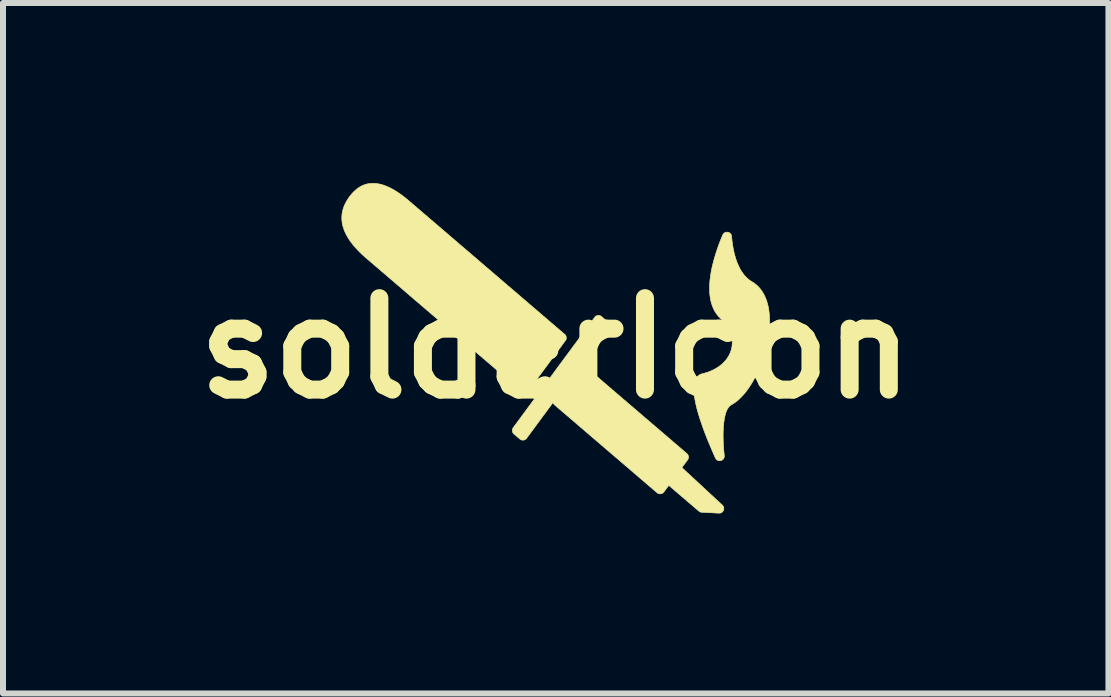
<source format=kicad_pcb>
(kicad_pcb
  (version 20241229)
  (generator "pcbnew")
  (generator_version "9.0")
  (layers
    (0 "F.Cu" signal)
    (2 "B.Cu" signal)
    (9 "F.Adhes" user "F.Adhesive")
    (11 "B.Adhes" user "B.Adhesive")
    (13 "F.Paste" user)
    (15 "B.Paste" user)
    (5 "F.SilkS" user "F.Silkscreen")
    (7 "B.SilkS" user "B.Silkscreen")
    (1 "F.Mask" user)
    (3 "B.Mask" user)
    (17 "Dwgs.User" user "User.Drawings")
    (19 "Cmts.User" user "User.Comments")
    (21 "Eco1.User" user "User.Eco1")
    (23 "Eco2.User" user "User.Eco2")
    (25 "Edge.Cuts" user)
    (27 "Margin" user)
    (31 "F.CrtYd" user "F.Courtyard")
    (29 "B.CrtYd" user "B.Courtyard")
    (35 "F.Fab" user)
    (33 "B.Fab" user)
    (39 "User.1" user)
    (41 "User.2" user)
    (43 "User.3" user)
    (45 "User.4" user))
  (footprint "solderIcon"
    (layer "F.Cu")
    (at 6.212 2.754)
    (property "Reference" "solderIcon" (at 0 0 0) (layer "F.SilkS") (effects (font (size 1.524 1.524) (thickness 0.3))))
    (attr through_hole)
    (fp_poly (pts (xy 2.858 -1.935) (xy 2.865 -1.935) (xy 2.871 -1.933) (xy 2.877 -1.932) (xy 2.884 -1.93) (xy 2.89 -1.927) (xy 2.89 -1.927) (xy 2.896 -1.924) (xy 2.901 -1.92) (xy 2.906 -1.916) (xy 2.911 -1.912) (xy 2.915 -1.907) (xy 2.919 -1.902) (xy 2.922 -1.896) (xy 2.925 -1.891) (xy 2.927 -1.885) (xy 2.929 -1.879) (xy 2.93 -1.877) (xy 2.93 -1.875) (xy 2.93 -1.874) (xy 2.93 -1.873) (xy 2.931 -1.871) (xy 2.931 -1.87) (xy 2.931 -1.868) (xy 2.931 -1.866) (xy 2.931 -1.864) (xy 2.932 -1.862) (xy 2.932 -1.859) (xy 2.932 -1.855) (xy 2.932 -1.854) (xy 2.935 -1.826) (xy 2.938 -1.798) (xy 2.941 -1.771) (xy 2.945 -1.744) (xy 2.949 -1.718) (xy 2.953 -1.692) (xy 2.958 -1.667) (xy 2.963 -1.642) (xy 2.968 -1.618) (xy 2.973 -1.593) (xy 2.979 -1.57) (xy 2.985 -1.547) (xy 2.99 -1.53) (xy 2.996 -1.509) (xy 3.002 -1.489) (xy 3.009 -1.468) (xy 3.016 -1.449) (xy 3.023 -1.429) (xy 3.031 -1.411) (xy 3.039 -1.392) (xy 3.047 -1.374) (xy 3.055 -1.357) (xy 3.064 -1.34) (xy 3.072 -1.323) (xy 3.081 -1.307) (xy 3.085 -1.3) (xy 3.095 -1.285) (xy 3.105 -1.27) (xy 3.115 -1.255) (xy 3.126 -1.24) (xy 3.136 -1.227) (xy 3.147 -1.213) (xy 3.158 -1.201) (xy 3.17 -1.188) (xy 3.182 -1.177) (xy 3.194 -1.165) (xy 3.206 -1.155) (xy 3.218 -1.144) (xy 3.231 -1.134) (xy 3.237 -1.13) (xy 3.241 -1.128) (xy 3.244 -1.125) (xy 3.248 -1.123) (xy 3.252 -1.12) (xy 3.255 -1.118) (xy 3.26 -1.115) (xy 3.264 -1.113) (xy 3.269 -1.11) (xy 3.272 -1.108) (xy 3.276 -1.105) (xy 3.28 -1.103) (xy 3.283 -1.101) (xy 3.287 -1.099) (xy 3.29 -1.097) (xy 3.293 -1.095) (xy 3.296 -1.093) (xy 3.299 -1.091) (xy 3.299 -1.091) (xy 3.313 -1.081) (xy 3.326 -1.071) (xy 3.339 -1.061) (xy 3.352 -1.05) (xy 3.364 -1.038) (xy 3.376 -1.027) (xy 3.387 -1.014) (xy 3.399 -1.002) (xy 3.404 -0.995) (xy 3.415 -0.982) (xy 3.425 -0.968) (xy 3.435 -0.954) (xy 3.445 -0.939) (xy 3.454 -0.924) (xy 3.463 -0.909) (xy 3.472 -0.893) (xy 3.48 -0.877) (xy 3.488 -0.86) (xy 3.495 -0.843) (xy 3.502 -0.825) (xy 3.507 -0.814) (xy 3.513 -0.796) (xy 3.52 -0.777) (xy 3.525 -0.757) (xy 3.531 -0.737) (xy 3.536 -0.717) (xy 3.541 -0.697) (xy 3.545 -0.676) (xy 3.549 -0.654) (xy 3.552 -0.633) (xy 3.555 -0.611) (xy 3.558 -0.588) (xy 3.56 -0.566) (xy 3.562 -0.543) (xy 3.563 -0.519) (xy 3.564 -0.496) (xy 3.565 -0.472) (xy 3.565 -0.447) (xy 3.565 -0.423) (xy 3.564 -0.398) (xy 3.563 -0.372) (xy 3.562 -0.354) (xy 3.561 -0.326) (xy 3.558 -0.297) (xy 3.555 -0.269) (xy 3.552 -0.24) (xy 3.548 -0.21) (xy 3.543 -0.181) (xy 3.539 -0.152) (xy 3.533 -0.122) (xy 3.527 -0.093) (xy 3.521 -0.063) (xy 3.515 -0.033) (xy 3.507 -0.003) (xy 3.5 0.026) (xy 3.492 0.056) (xy 3.483 0.086) (xy 3.474 0.115) (xy 3.465 0.145) (xy 3.455 0.174) (xy 3.445 0.203) (xy 3.435 0.233) (xy 3.424 0.261) (xy 3.413 0.29) (xy 3.401 0.319) (xy 3.389 0.347) (xy 3.376 0.375) (xy 3.364 0.403) (xy 3.351 0.431) (xy 3.343 0.446) (xy 3.332 0.469) (xy 3.32 0.491) (xy 3.308 0.512) (xy 3.296 0.534) (xy 3.284 0.555) (xy 3.272 0.575) (xy 3.26 0.596) (xy 3.247 0.615) (xy 3.235 0.635) (xy 3.222 0.654) (xy 3.209 0.672) (xy 3.196 0.69) (xy 3.183 0.708) (xy 3.17 0.725) (xy 3.157 0.741) (xy 3.143 0.758) (xy 3.13 0.773) (xy 3.116 0.788) (xy 3.103 0.803) (xy 3.089 0.817) (xy 3.075 0.831) (xy 3.062 0.844) (xy 3.048 0.857) (xy 3.034 0.869) (xy 3.02 0.88) (xy 3.006 0.891) (xy 3.001 0.895) (xy 2.991 0.903) (xy 2.98 0.91) (xy 2.97 0.917) (xy 2.96 0.924) (xy 2.949 0.93) (xy 2.94 0.936) (xy 2.934 0.939) (xy 2.931 0.941) (xy 2.928 0.942) (xy 2.927 0.943) (xy 2.925 0.944) (xy 2.923 0.945) (xy 2.922 0.946) (xy 2.921 0.947) (xy 2.92 0.947) (xy 2.919 0.948) (xy 2.912 0.953) (xy 2.906 0.958) (xy 2.899 0.964) (xy 2.893 0.97) (xy 2.887 0.977) (xy 2.881 0.984) (xy 2.875 0.992) (xy 2.87 1.001) (xy 2.864 1.01) (xy 2.859 1.019) (xy 2.854 1.029) (xy 2.849 1.04) (xy 2.849 1.041) (xy 2.844 1.053) (xy 2.839 1.064) (xy 2.835 1.077) (xy 2.831 1.09) (xy 2.827 1.103) (xy 2.823 1.117) (xy 2.82 1.132) (xy 2.816 1.147) (xy 2.813 1.162) (xy 2.81 1.178) (xy 2.808 1.195) (xy 2.805 1.212) (xy 2.803 1.23) (xy 2.8 1.248) (xy 2.799 1.266) (xy 2.797 1.285) (xy 2.795 1.305) (xy 2.794 1.324) (xy 2.793 1.345) (xy 2.792 1.366) (xy 2.792 1.368) (xy 2.792 1.374) (xy 2.791 1.38) (xy 2.791 1.386) (xy 2.791 1.391) (xy 2.791 1.397) (xy 2.791 1.402) (xy 2.791 1.408) (xy 2.791 1.414) (xy 2.79 1.42) (xy 2.79 1.426) (xy 2.79 1.432) (xy 2.79 1.439) (xy 2.79 1.446) (xy 2.79 1.454) (xy 2.79 1.462) (xy 2.79 1.464) (xy 2.79 1.47) (xy 2.79 1.476) (xy 2.79 1.481) (xy 2.791 1.485) (xy 2.791 1.489) (xy 2.791 1.493) (xy 2.791 1.497) (xy 2.791 1.5) (xy 2.791 1.504) (xy 2.791 1.507) (xy 2.791 1.51) (xy 2.791 1.513) (xy 2.791 1.517) (xy 2.791 1.52) (xy 2.791 1.524) (xy 2.791 1.528) (xy 2.791 1.532) (xy 2.791 1.533) (xy 2.792 1.553) (xy 2.793 1.574) (xy 2.794 1.595) (xy 2.795 1.616) (xy 2.796 1.637) (xy 2.798 1.658) (xy 2.799 1.68) (xy 2.801 1.701) (xy 2.803 1.722) (xy 2.805 1.743) (xy 2.807 1.764) (xy 2.809 1.784) (xy 2.809 1.786) (xy 2.809 1.791) (xy 2.81 1.796) (xy 2.81 1.801) (xy 2.809 1.805) (xy 2.809 1.809) (xy 2.809 1.812) (xy 2.807 1.818) (xy 2.805 1.824) (xy 2.803 1.83) (xy 2.8 1.836) (xy 2.797 1.841) (xy 2.793 1.846) (xy 2.789 1.851) (xy 2.788 1.852) (xy 2.783 1.856) (xy 2.778 1.86) (xy 2.773 1.864) (xy 2.767 1.867) (xy 2.761 1.869) (xy 2.754 1.872) (xy 2.748 1.873) (xy 2.741 1.874) (xy 2.741 1.874) (xy 2.739 1.875) (xy 2.737 1.875) (xy 2.735 1.875) (xy 2.732 1.875) (xy 2.73 1.875) (xy 2.728 1.875) (xy 2.727 1.875) (xy 2.72 1.874) (xy 2.714 1.873) (xy 2.708 1.871) (xy 2.702 1.869) (xy 2.696 1.867) (xy 2.69 1.863) (xy 2.685 1.86) (xy 2.68 1.856) (xy 2.678 1.854) (xy 2.674 1.85) (xy 2.671 1.845) (xy 2.668 1.84) (xy 2.665 1.835) (xy 2.664 1.834) (xy 2.663 1.833) (xy 2.663 1.831) (xy 2.662 1.829) (xy 2.66 1.826) (xy 2.659 1.823) (xy 2.657 1.82) (xy 2.655 1.816) (xy 2.653 1.811) (xy 2.651 1.806) (xy 2.649 1.801) (xy 2.646 1.795) (xy 2.644 1.789) (xy 2.641 1.782) (xy 2.637 1.775) (xy 2.636 1.772) (xy 2.621 1.738) (xy 2.606 1.704) (xy 2.592 1.67) (xy 2.578 1.637) (xy 2.564 1.604) (xy 2.55 1.572) (xy 2.537 1.54) (xy 2.524 1.508) (xy 2.512 1.477) (xy 2.5 1.446) (xy 2.488 1.416) (xy 2.477 1.386) (xy 2.466 1.356) (xy 2.455 1.327) (xy 2.445 1.298) (xy 2.435 1.269) (xy 2.425 1.241) (xy 2.416 1.214) (xy 2.407 1.186) (xy 2.398 1.16) (xy 2.39 1.133) (xy 2.387 1.125) (xy 2.38 1.101) (xy 2.373 1.077) (xy 2.367 1.054) (xy 2.36 1.031) (xy 2.354 1.008) (xy 2.349 0.986) (xy 2.343 0.964) (xy 2.338 0.942) (xy 2.333 0.921) (xy 2.329 0.9) (xy 2.325 0.88) (xy 2.321 0.86) (xy 2.318 0.841) (xy 2.315 0.822) (xy 2.312 0.804) (xy 2.31 0.785) (xy 2.308 0.768) (xy 2.306 0.751) (xy 2.305 0.739) (xy 2.305 0.731) (xy 2.304 0.723) (xy 2.304 0.715) (xy 2.303 0.708) (xy 2.303 0.7) (xy 2.303 0.693) (xy 2.303 0.685) (xy 2.303 0.677) (xy 2.303 0.672) (xy 2.303 0.668) (xy 2.303 0.664) (xy 2.303 0.66) (xy 2.303 0.657) (xy 2.303 0.655) (xy 2.303 0.652) (xy 2.303 0.649) (xy 2.304 0.647) (xy 2.304 0.644) (xy 2.304 0.641) (xy 2.304 0.638) (xy 2.304 0.637) (xy 2.305 0.623) (xy 2.307 0.61) (xy 2.309 0.597) (xy 2.311 0.585) (xy 2.313 0.573) (xy 2.316 0.561) (xy 2.319 0.55) (xy 2.323 0.54) (xy 2.327 0.529) (xy 2.331 0.52) (xy 2.335 0.51) (xy 2.34 0.501) (xy 2.345 0.493) (xy 2.351 0.485) (xy 2.357 0.477) (xy 2.357 0.477) (xy 2.359 0.475) (xy 2.36 0.473) (xy 2.362 0.471) (xy 2.365 0.469) (xy 2.367 0.467) (xy 2.369 0.465) (xy 2.371 0.462) (xy 2.373 0.461) (xy 2.375 0.459) (xy 2.376 0.458) (xy 2.384 0.452) (xy 2.391 0.447) (xy 2.399 0.442) (xy 2.407 0.438) (xy 2.415 0.434) (xy 2.424 0.43) (xy 2.425 0.43) (xy 2.429 0.429) (xy 2.433 0.428) (xy 2.437 0.426) (xy 2.441 0.425) (xy 2.445 0.424) (xy 2.445 0.424) (xy 2.455 0.422) (xy 2.464 0.42) (xy 2.472 0.417) (xy 2.481 0.415) (xy 2.489 0.413) (xy 2.497 0.41) (xy 2.505 0.408) (xy 2.512 0.406) (xy 2.531 0.4) (xy 2.55 0.393) (xy 2.568 0.386) (xy 2.587 0.378) (xy 2.604 0.37) (xy 2.622 0.362) (xy 2.639 0.353) (xy 2.656 0.344) (xy 2.673 0.335) (xy 2.674 0.334) (xy 2.69 0.324) (xy 2.705 0.314) (xy 2.721 0.304) (xy 2.735 0.293) (xy 2.75 0.282) (xy 2.764 0.27) (xy 2.777 0.259) (xy 2.79 0.246) (xy 2.8 0.236) (xy 2.812 0.224) (xy 2.824 0.211) (xy 2.835 0.198) (xy 2.845 0.185) (xy 2.855 0.171) (xy 2.864 0.158) (xy 2.873 0.144) (xy 2.882 0.129) (xy 2.89 0.115) (xy 2.897 0.101) (xy 2.904 0.086) (xy 2.907 0.079) (xy 2.913 0.064) (xy 2.918 0.049) (xy 2.923 0.034) (xy 2.927 0.019) (xy 2.931 0.004) (xy 2.934 -0.012) (xy 2.937 -0.027) (xy 2.939 -0.043) (xy 2.94 -0.058) (xy 2.94 -0.06) (xy 2.941 -0.074) (xy 2.942 -0.088) (xy 2.941 -0.102) (xy 2.941 -0.117) (xy 2.94 -0.131) (xy 2.94 -0.134) (xy 2.938 -0.15) (xy 2.936 -0.166) (xy 2.933 -0.182) (xy 2.929 -0.197) (xy 2.925 -0.213) (xy 2.921 -0.229) (xy 2.916 -0.245) (xy 2.91 -0.26) (xy 2.904 -0.276) (xy 2.897 -0.291) (xy 2.89 -0.307) (xy 2.882 -0.322) (xy 2.874 -0.337) (xy 2.869 -0.345) (xy 2.86 -0.36) (xy 2.851 -0.374) (xy 2.841 -0.389) (xy 2.831 -0.403) (xy 2.82 -0.417) (xy 2.808 -0.432) (xy 2.796 -0.446) (xy 2.783 -0.459) (xy 2.783 -0.46) (xy 2.781 -0.462) (xy 2.778 -0.465) (xy 2.775 -0.468) (xy 2.772 -0.471) (xy 2.769 -0.474) (xy 2.766 -0.477) (xy 2.763 -0.481) (xy 2.759 -0.484) (xy 2.756 -0.487) (xy 2.753 -0.49) (xy 2.75 -0.493) (xy 2.748 -0.495) (xy 2.742 -0.501) (xy 2.737 -0.506) (xy 2.732 -0.511) (xy 2.727 -0.516) (xy 2.724 -0.52) (xy 2.712 -0.532) (xy 2.701 -0.545) (xy 2.691 -0.558) (xy 2.68 -0.572) (xy 2.671 -0.586) (xy 2.661 -0.6) (xy 2.652 -0.615) (xy 2.644 -0.63) (xy 2.636 -0.646) (xy 2.628 -0.662) (xy 2.621 -0.678) (xy 2.614 -0.695) (xy 2.609 -0.71) (xy 2.603 -0.727) (xy 2.597 -0.745) (xy 2.592 -0.763) (xy 2.587 -0.782) (xy 2.583 -0.8) (xy 2.579 -0.82) (xy 2.576 -0.839) (xy 2.573 -0.859) (xy 2.57 -0.879) (xy 2.568 -0.9) (xy 2.566 -0.921) (xy 2.565 -0.942) (xy 2.565 -0.943) (xy 2.565 -0.947) (xy 2.565 -0.951) (xy 2.564 -0.954) (xy 2.564 -0.957) (xy 2.564 -0.96) (xy 2.564 -0.963) (xy 2.564 -0.966) (xy 2.564 -0.969) (xy 2.564 -0.972) (xy 2.564 -0.975) (xy 2.564 -0.979) (xy 2.564 -0.983) (xy 2.564 -0.987) (xy 2.564 -0.992) (xy 2.564 -0.997) (xy 2.564 -0.999) (xy 2.564 -1.005) (xy 2.564 -1.009) (xy 2.564 -1.014) (xy 2.564 -1.018) (xy 2.564 -1.021) (xy 2.564 -1.025) (xy 2.564 -1.028) (xy 2.564 -1.031) (xy 2.564 -1.034) (xy 2.564 -1.037) (xy 2.564 -1.04) (xy 2.564 -1.044) (xy 2.565 -1.047) (xy 2.565 -1.051) (xy 2.565 -1.054) (xy 2.565 -1.056) (xy 2.566 -1.08) (xy 2.568 -1.104) (xy 2.57 -1.129) (xy 2.573 -1.154) (xy 2.576 -1.179) (xy 2.579 -1.204) (xy 2.583 -1.23) (xy 2.588 -1.257) (xy 2.592 -1.283) (xy 2.598 -1.31) (xy 2.603 -1.337) (xy 2.609 -1.364) (xy 2.616 -1.392) (xy 2.623 -1.42) (xy 2.63 -1.448) (xy 2.638 -1.477) (xy 2.646 -1.506) (xy 2.655 -1.535) (xy 2.664 -1.565) (xy 2.673 -1.594) (xy 2.683 -1.624) (xy 2.693 -1.655) (xy 2.704 -1.685) (xy 2.715 -1.716) (xy 2.726 -1.747) (xy 2.738 -1.778) (xy 2.749 -1.805) (xy 2.75 -1.809) (xy 2.752 -1.813) (xy 2.754 -1.818) (xy 2.756 -1.822) (xy 2.758 -1.827) (xy 2.76 -1.832) (xy 2.762 -1.837) (xy 2.764 -1.842) (xy 2.766 -1.847) (xy 2.768 -1.851) (xy 2.77 -1.856) (xy 2.772 -1.861) (xy 2.773 -1.865) (xy 2.775 -1.87) (xy 2.777 -1.874) (xy 2.778 -1.877) (xy 2.78 -1.881) (xy 2.781 -1.884) (xy 2.782 -1.886) (xy 2.783 -1.889) (xy 2.784 -1.89) (xy 2.784 -1.891) (xy 2.787 -1.897) (xy 2.791 -1.902) (xy 2.794 -1.907) (xy 2.799 -1.912) (xy 2.803 -1.916) (xy 2.808 -1.92) (xy 2.81 -1.922) (xy 2.816 -1.925) (xy 2.821 -1.928) (xy 2.827 -1.931) (xy 2.833 -1.933) (xy 2.839 -1.934) (xy 2.846 -1.935) (xy 2.852 -1.935) (xy 2.858 -1.935)) (stroke (width 0.01) (type solid)) (fill yes) (layer "F.SilkS"))
    (fp_poly (pts (xy -3.035 -2.749) (xy -3.025 -2.748) (xy -3.016 -2.748) (xy -3.014 -2.748) (xy -2.998 -2.746) (xy -2.982 -2.745) (xy -2.965 -2.742) (xy -2.949 -2.739) (xy -2.932 -2.736) (xy -2.915 -2.732) (xy -2.898 -2.727) (xy -2.881 -2.722) (xy -2.864 -2.716) (xy -2.846 -2.71) (xy -2.829 -2.703) (xy -2.811 -2.696) (xy -2.793 -2.688) (xy -2.775 -2.68) (xy -2.757 -2.671) (xy -2.738 -2.661) (xy -2.722 -2.653) (xy -2.704 -2.643) (xy -2.686 -2.632) (xy -2.668 -2.621) (xy -2.649 -2.609) (xy -2.631 -2.597) (xy -2.612 -2.584) (xy -2.593 -2.571) (xy -2.574 -2.558) (xy -2.555 -2.543) (xy -2.535 -2.529) (xy -2.516 -2.514) (xy -2.496 -2.498) (xy -2.481 -2.485) (xy -2.474 -2.48) (xy -2.467 -2.474) (xy -2.461 -2.469) (xy -2.455 -2.463) (xy -2.449 -2.458) (xy -2.444 -2.454) (xy -2.438 -2.449) (xy -2.438 -2.449) (xy -2.436 -2.447) (xy -2.435 -2.446) (xy -2.433 -2.445) (xy -2.432 -2.444) (xy -2.432 -2.443) (xy -2.431 -2.443) (xy -2.431 -2.443) (xy -2.431 -2.443) (xy -2.43 -2.442) (xy -2.429 -2.441) (xy -2.428 -2.44) (xy -2.426 -2.438) (xy -2.423 -2.436) (xy -2.421 -2.434) (xy -2.418 -2.432) (xy -2.414 -2.429) (xy -2.41 -2.425) (xy -2.406 -2.422) (xy -2.401 -2.418) (xy -2.396 -2.413) (xy -2.391 -2.409) (xy -2.385 -2.404) (xy -2.379 -2.399) (xy -2.373 -2.393) (xy -2.366 -2.387) (xy -2.359 -2.381) (xy -2.351 -2.375) (xy -2.343 -2.368) (xy -2.335 -2.361) (xy -2.327 -2.354) (xy -2.318 -2.346) (xy -2.309 -2.338) (xy -2.299 -2.33) (xy -2.289 -2.322) (xy -2.279 -2.313) (xy -2.269 -2.304) (xy -2.258 -2.295) (xy -2.247 -2.286) (xy -2.236 -2.276) (xy -2.224 -2.266) (xy -2.213 -2.256) (xy -2.2 -2.245) (xy -2.188 -2.235) (xy -2.175 -2.224) (xy -2.162 -2.213) (xy -2.149 -2.202) (xy -2.136 -2.19) (xy -2.122 -2.178) (xy -2.108 -2.167) (xy -2.094 -2.154) (xy -2.08 -2.142) (xy -2.065 -2.13) (xy -2.05 -2.117) (xy -2.035 -2.104) (xy -2.02 -2.091) (xy -2.004 -2.078) (xy -1.989 -2.064) (xy -1.973 -2.051) (xy -1.957 -2.037) (xy -1.94 -2.023) (xy -1.924 -2.009) (xy -1.907 -1.994) (xy -1.89 -1.98) (xy -1.873 -1.965) (xy -1.856 -1.951) (xy -1.839 -1.936) (xy -1.821 -1.921) (xy -1.804 -1.906) (xy -1.786 -1.89) (xy -1.768 -1.875) (xy -1.75 -1.859) (xy -1.731 -1.844) (xy -1.713 -1.828) (xy -1.694 -1.812) (xy -1.676 -1.796) (xy -1.657 -1.78) (xy -1.638 -1.764) (xy -1.619 -1.747) (xy -1.6 -1.731) (xy -1.581 -1.714) (xy -1.561 -1.698) (xy -1.542 -1.681) (xy -1.522 -1.665) (xy -1.503 -1.648) (xy -1.483 -1.631) (xy -1.463 -1.614) (xy -1.443 -1.597) (xy -1.423 -1.58) (xy -1.403 -1.563) (xy -1.383 -1.546) (xy -1.363 -1.528) (xy -1.343 -1.511) (xy -1.323 -1.494) (xy -1.303 -1.477) (xy -1.283 -1.459) (xy -1.262 -1.442) (xy -1.242 -1.424) (xy -1.222 -1.407) (xy -1.201 -1.39) (xy -1.181 -1.372) (xy -1.161 -1.355) (xy -1.14 -1.337) (xy -1.12 -1.32) (xy -1.099 -1.302) (xy -1.079 -1.285) (xy -1.059 -1.267) (xy -1.038 -1.25) (xy -1.018 -1.233) (xy -0.998 -1.215) (xy -0.977 -1.198) (xy -0.957 -1.18) (xy -0.937 -1.163) (xy -0.917 -1.146) (xy -0.897 -1.129) (xy -0.877 -1.112) (xy -0.857 -1.094) (xy -0.837 -1.077) (xy -0.817 -1.06) (xy -0.797 -1.043) (xy -0.778 -1.027) (xy -0.758 -1.01) (xy -0.738 -0.993) (xy -0.719 -0.976) (xy -0.7 -0.96) (xy -0.68 -0.943) (xy -0.661 -0.927) (xy -0.642 -0.911) (xy -0.623 -0.894) (xy -0.604 -0.878) (xy -0.586 -0.862) (xy -0.567 -0.846) (xy -0.549 -0.83) (xy -0.531 -0.815) (xy -0.512 -0.799) (xy -0.494 -0.784) (xy -0.476 -0.769) (xy -0.459 -0.753) (xy -0.441 -0.738) (xy -0.424 -0.723) (xy -0.407 -0.709) (xy -0.39 -0.694) (xy -0.373 -0.68) (xy -0.356 -0.665) (xy -0.339 -0.651) (xy -0.323 -0.637) (xy -0.307 -0.623) (xy -0.291 -0.61) (xy -0.275 -0.596) (xy -0.26 -0.583) (xy -0.245 -0.57) (xy -0.229 -0.557) (xy -0.215 -0.544) (xy -0.2 -0.531) (xy -0.185 -0.519) (xy -0.171 -0.507) (xy -0.157 -0.495) (xy -0.144 -0.483) (xy -0.13 -0.472) (xy -0.117 -0.46) (xy -0.104 -0.449) (xy -0.091 -0.438) (xy -0.079 -0.428) (xy -0.067 -0.417) (xy -0.055 -0.407) (xy -0.043 -0.397) (xy -0.032 -0.388) (xy -0.021 -0.378) (xy -0.01 -0.369) (xy 0.000195 -0.36) (xy 0.01 -0.351) (xy 0.02 -0.343) (xy 0.03 -0.335) (xy 0.039 -0.327) (xy 0.048 -0.319) (xy 0.056 -0.312) (xy 0.065 -0.305) (xy 0.072 -0.298) (xy 0.08 -0.292) (xy 0.087 -0.285) (xy 0.094 -0.28) (xy 0.101 -0.274) (xy 0.107 -0.269) (xy 0.113 -0.264) (xy 0.118 -0.259) (xy 0.123 -0.255) (xy 0.128 -0.251) (xy 0.132 -0.247) (xy 0.136 -0.244) (xy 0.139 -0.241) (xy 0.143 -0.238) (xy 0.145 -0.235) (xy 0.148 -0.233) (xy 0.15 -0.232) (xy 0.151 -0.23) (xy 0.152 -0.229) (xy 0.153 -0.229) (xy 0.153 -0.229) (xy 0.153 -0.229) (xy 0.158 -0.224) (xy 0.162 -0.219) (xy 0.166 -0.213) (xy 0.169 -0.207) (xy 0.171 -0.201) (xy 0.173 -0.195) (xy 0.175 -0.19) (xy 0.176 -0.184) (xy 0.176 -0.177) (xy 0.177 -0.171) (xy 0.176 -0.165) (xy 0.175 -0.158) (xy 0.174 -0.152) (xy 0.172 -0.146) (xy 0.169 -0.14) (xy 0.166 -0.134) (xy 0.163 -0.129) (xy 0.162 -0.129) (xy 0.162 -0.128) (xy 0.162 -0.127) (xy 0.161 -0.126) (xy 0.159 -0.124) (xy 0.158 -0.122) (xy 0.156 -0.12) (xy 0.154 -0.117) (xy 0.151 -0.114) (xy 0.149 -0.11) (xy 0.146 -0.106) (xy 0.142 -0.101) (xy 0.139 -0.097) (xy 0.135 -0.092) (xy 0.131 -0.086) (xy 0.127 -0.08) (xy 0.122 -0.074) (xy 0.117 -0.068) (xy 0.113 -0.061) (xy 0.107 -0.054) (xy 0.102 -0.047) (xy 0.096 -0.039) (xy 0.091 -0.031) (xy 0.085 -0.023) (xy 0.078 -0.015) (xy 0.072 -0.006) (xy 0.065 0.003) (xy 0.059 0.012) (xy 0.052 0.021) (xy 0.045 0.031) (xy 0.038 0.041) (xy 0.03 0.05) (xy 0.023 0.061) (xy 0.015 0.071) (xy 0.008 0.081) (xy -0.00028 0.092) (xy -0.008 0.103) (xy -0.016 0.114) (xy -0.024 0.125) (xy -0.033 0.136) (xy -0.041 0.147) (xy -0.049 0.158) (xy -0.058 0.17) (xy -0.066 0.181) (xy -0.075 0.193) (xy -0.084 0.205) (xy -0.092 0.216) (xy -0.101 0.228) (xy -0.11 0.24) (xy -0.118 0.252) (xy -0.127 0.264) (xy -0.136 0.276) (xy -0.145 0.288) (xy -0.154 0.3) (xy -0.163 0.312) (xy -0.171 0.324) (xy -0.18 0.336) (xy -0.189 0.347) (xy -0.198 0.359) (xy -0.206 0.371) (xy -0.215 0.383) (xy -0.224 0.394) (xy -0.232 0.406) (xy -0.241 0.417) (xy -0.249 0.429) (xy -0.257 0.44) (xy -0.266 0.451) (xy -0.274 0.462) (xy -0.282 0.473) (xy -0.29 0.484) (xy -0.298 0.495) (xy -0.306 0.505) (xy -0.313 0.516) (xy -0.321 0.526) (xy -0.328 0.536) (xy -0.335 0.546) (xy -0.342 0.555) (xy -0.349 0.565) (xy -0.356 0.574) (xy -0.363 0.583) (xy -0.369 0.592) (xy -0.375 0.6) (xy -0.382 0.608) (xy -0.387 0.616) (xy -0.393 0.624) (xy -0.399 0.631) (xy -0.404 0.639) (xy -0.409 0.645) (xy -0.414 0.652) (xy -0.418 0.658) (xy -0.423 0.664) (xy -0.427 0.67) (xy -0.431 0.675) (xy -0.435 0.68) (xy -0.438 0.685) (xy -0.441 0.689) (xy -0.444 0.693) (xy -0.446 0.696) (xy -0.449 0.699) (xy -0.451 0.702) (xy -0.452 0.704) (xy -0.454 0.706) (xy -0.455 0.707) (xy -0.456 0.708) (xy -0.456 0.709) (xy -0.456 0.709) (xy -0.457 0.71) (xy -0.459 0.712) (xy -0.46 0.714) (xy -0.462 0.715) (xy -0.464 0.717) (xy -0.465 0.719) (xy -0.467 0.72) (xy -0.467 0.72) (xy -0.472 0.724) (xy -0.478 0.727) (xy -0.484 0.73) (xy -0.49 0.733) (xy -0.496 0.735) (xy -0.503 0.736) (xy -0.507 0.737) (xy -0.509 0.737) (xy -0.511 0.737) (xy -0.513 0.737) (xy -0.516 0.737) (xy -0.519 0.737) (xy -0.521 0.737) (xy -0.523 0.737) (xy -0.525 0.737) (xy -0.525 0.737) (xy -0.532 0.736) (xy -0.538 0.734) (xy -0.545 0.732) (xy -0.551 0.729) (xy -0.556 0.726) (xy -0.562 0.722) (xy -0.562 0.722) (xy -0.562 0.722) (xy -0.563 0.721) (xy -0.564 0.72) (xy -0.566 0.719) (xy -0.568 0.717) (xy -0.57 0.715) (xy -0.573 0.713) (xy -0.576 0.71) (xy -0.579 0.707) (xy -0.583 0.704) (xy -0.588 0.7) (xy -0.592 0.696) (xy -0.597 0.692) (xy -0.603 0.687) (xy -0.609 0.682) (xy -0.615 0.677) (xy -0.621 0.671) (xy -0.628 0.666) (xy -0.635 0.659) (xy -0.643 0.653) (xy -0.651 0.646) (xy -0.659 0.639) (xy -0.668 0.632) (xy -0.676 0.624) (xy -0.686 0.616) (xy -0.695 0.608) (xy -0.705 0.6) (xy -0.715 0.591) (xy -0.725 0.582) (xy -0.736 0.573) (xy -0.747 0.564) (xy -0.758 0.554) (xy -0.77 0.544) (xy -0.782 0.534) (xy -0.794 0.523) (xy -0.806 0.513) (xy -0.819 0.502) (xy -0.832 0.491) (xy -0.845 0.48) (xy -0.859 0.468) (xy -0.872 0.456) (xy -0.886 0.444) (xy -0.901 0.432) (xy -0.915 0.42) (xy -0.93 0.407) (xy -0.944 0.395) (xy -0.96 0.382) (xy -0.975 0.369) (xy -0.99 0.355) (xy -1.006 0.342) (xy -1.022 0.328) (xy -1.038 0.314) (xy -1.054 0.3) (xy -1.071 0.286) (xy -1.088 0.272) (xy -1.104 0.258) (xy -1.121 0.243) (xy -1.139 0.228) (xy -1.156 0.213) (xy -1.174 0.198) (xy -1.191 0.183) (xy -1.209 0.168) (xy -1.227 0.152) (xy -1.245 0.137) (xy -1.264 0.121) (xy -1.282 0.106) (xy -1.3 0.09) (xy -1.319 0.074) (xy -1.338 0.058) (xy -1.357 0.041) (xy -1.376 0.025) (xy -1.395 0.009) (xy -1.414 -0.008) (xy -1.434 -0.024) (xy -1.453 -0.041) (xy -1.472 -0.058) (xy -1.492 -0.074) (xy -1.512 -0.091) (xy -1.531 -0.108) (xy -1.551 -0.125) (xy -1.571 -0.142) (xy -1.591 -0.159) (xy -1.611 -0.177) (xy -1.631 -0.194) (xy -1.651 -0.211) (xy -1.671 -0.228) (xy -1.692 -0.245) (xy -1.712 -0.263) (xy -1.732 -0.28) (xy -1.752 -0.298) (xy -1.773 -0.315) (xy -1.793 -0.332) (xy -1.813 -0.35) (xy -1.834 -0.367) (xy -1.854 -0.385) (xy -1.874 -0.402) (xy -1.895 -0.42) (xy -1.915 -0.437) (xy -1.935 -0.454) (xy -1.956 -0.472) (xy -1.976 -0.489) (xy -1.996 -0.506) (xy -2.017 -0.524) (xy -2.037 -0.541) (xy -2.057 -0.558) (xy -2.077 -0.576) (xy -2.097 -0.593) (xy -2.117 -0.61) (xy -2.137 -0.627) (xy -2.157 -0.644) (xy -2.177 -0.661) (xy -2.196 -0.678) (xy -2.216 -0.695) (xy -2.235 -0.711) (xy -2.255 -0.728) (xy -2.274 -0.745) (xy -2.294 -0.761) (xy -2.313 -0.778) (xy -2.332 -0.794) (xy -2.351 -0.81) (xy -2.37 -0.826) (xy -2.388 -0.842) (xy -2.407 -0.858) (xy -2.426 -0.874) (xy -2.444 -0.89) (xy -2.462 -0.906) (xy -2.48 -0.921) (xy -2.498 -0.936) (xy -2.516 -0.952) (xy -2.534 -0.967) (xy -2.551 -0.982) (xy -2.568 -0.997) (xy -2.585 -1.011) (xy -2.602 -1.026) (xy -2.619 -1.04) (xy -2.636 -1.054) (xy -2.652 -1.068) (xy -2.668 -1.082) (xy -2.685 -1.096) (xy -2.7 -1.11) (xy -2.716 -1.123) (xy -2.731 -1.136) (xy -2.747 -1.149) (xy -2.762 -1.162) (xy -2.776 -1.175) (xy -2.791 -1.187) (xy -2.805 -1.2) (xy -2.819 -1.212) (xy -2.833 -1.224) (xy -2.847 -1.235) (xy -2.86 -1.247) (xy -2.873 -1.258) (xy -2.886 -1.269) (xy -2.899 -1.28) (xy -2.911 -1.29) (xy -2.923 -1.3) (xy -2.935 -1.311) (xy -2.946 -1.32) (xy -2.957 -1.33) (xy -2.968 -1.339) (xy -2.979 -1.348) (xy -2.989 -1.357) (xy -2.999 -1.366) (xy -3.009 -1.374) (xy -3.018 -1.382) (xy -3.027 -1.39) (xy -3.036 -1.397) (xy -3.044 -1.405) (xy -3.053 -1.412) (xy -3.06 -1.418) (xy -3.068 -1.425) (xy -3.075 -1.431) (xy -3.081 -1.436) (xy -3.088 -1.442) (xy -3.094 -1.447) (xy -3.099 -1.452) (xy -3.105 -1.456) (xy -3.11 -1.461) (xy -3.114 -1.464) (xy -3.118 -1.468) (xy -3.122 -1.471) (xy -3.126 -1.474) (xy -3.128 -1.477) (xy -3.131 -1.479) (xy -3.133 -1.481) (xy -3.135 -1.482) (xy -3.136 -1.483) (xy -3.137 -1.484) (xy -3.138 -1.485) (xy -3.138 -1.485) (xy -3.138 -1.485) (xy -3.139 -1.486) (xy -3.14 -1.487) (xy -3.141 -1.488) (xy -3.142 -1.489) (xy -3.144 -1.49) (xy -3.145 -1.491) (xy -3.148 -1.494) (xy -3.152 -1.497) (xy -3.157 -1.501) (xy -3.161 -1.505) (xy -3.166 -1.509) (xy -3.171 -1.513) (xy -3.176 -1.518) (xy -3.181 -1.522) (xy -3.187 -1.527) (xy -3.191 -1.531) (xy -3.211 -1.549) (xy -3.231 -1.567) (xy -3.25 -1.585) (xy -3.268 -1.603) (xy -3.286 -1.621) (xy -3.303 -1.639) (xy -3.32 -1.657) (xy -3.336 -1.675) (xy -3.352 -1.693) (xy -3.367 -1.71) (xy -3.381 -1.728) (xy -3.395 -1.746) (xy -3.409 -1.763) (xy -3.422 -1.781) (xy -3.434 -1.799) (xy -3.446 -1.816) (xy -3.457 -1.834) (xy -3.466 -1.849) (xy -3.476 -1.866) (xy -3.486 -1.884) (xy -3.495 -1.901) (xy -3.504 -1.919) (xy -3.512 -1.936) (xy -3.519 -1.953) (xy -3.526 -1.971) (xy -3.532 -1.988) (xy -3.538 -2.005) (xy -3.543 -2.022) (xy -3.548 -2.039) (xy -3.552 -2.056) (xy -3.556 -2.073) (xy -3.559 -2.09) (xy -3.561 -2.107) (xy -3.563 -2.123) (xy -3.563 -2.128) (xy -3.564 -2.133) (xy -3.564 -2.138) (xy -3.564 -2.143) (xy -3.565 -2.147) (xy -3.565 -2.152) (xy -3.565 -2.157) (xy -3.565 -2.162) (xy -3.565 -2.167) (xy -3.565 -2.172) (xy -3.565 -2.178) (xy -3.565 -2.183) (xy -3.565 -2.188) (xy -3.565 -2.193) (xy -3.565 -2.198) (xy -3.564 -2.202) (xy -3.564 -2.207) (xy -3.564 -2.211) (xy -3.563 -2.216) (xy -3.563 -2.221) (xy -3.561 -2.238) (xy -3.559 -2.255) (xy -3.555 -2.271) (xy -3.552 -2.288) (xy -3.548 -2.305) (xy -3.543 -2.321) (xy -3.538 -2.338) (xy -3.532 -2.354) (xy -3.526 -2.371) (xy -3.519 -2.387) (xy -3.511 -2.403) (xy -3.503 -2.42) (xy -3.494 -2.436) (xy -3.485 -2.453) (xy -3.475 -2.469) (xy -3.465 -2.485) (xy -3.454 -2.501) (xy -3.443 -2.518) (xy -3.435 -2.529) (xy -3.423 -2.544) (xy -3.411 -2.558) (xy -3.4 -2.572) (xy -3.388 -2.585) (xy -3.376 -2.598) (xy -3.364 -2.61) (xy -3.352 -2.622) (xy -3.339 -2.633) (xy -3.327 -2.644) (xy -3.314 -2.654) (xy -3.301 -2.664) (xy -3.288 -2.673) (xy -3.275 -2.682) (xy -3.268 -2.686) (xy -3.254 -2.694) (xy -3.241 -2.702) (xy -3.227 -2.709) (xy -3.213 -2.715) (xy -3.199 -2.721) (xy -3.184 -2.726) (xy -3.17 -2.731) (xy -3.155 -2.735) (xy -3.14 -2.739) (xy -3.125 -2.742) (xy -3.11 -2.744) (xy -3.095 -2.746) (xy -3.084 -2.747) (xy -3.075 -2.748) (xy -3.065 -2.748) (xy -3.055 -2.749) (xy -3.045 -2.749) (xy -3.035 -2.749)) (stroke (width 0.01) (type solid)) (fill yes) (layer "F.SilkS"))
    (fp_poly (pts (xy 0.715 -0.547) (xy 0.718 -0.547) (xy 0.72 -0.547) (xy 0.721 -0.547) (xy 0.728 -0.546) (xy 0.735 -0.544) (xy 0.741 -0.542) (xy 0.747 -0.539) (xy 0.753 -0.536) (xy 0.758 -0.532) (xy 0.758 -0.532) (xy 0.759 -0.532) (xy 0.76 -0.531) (xy 0.761 -0.53) (xy 0.763 -0.528) (xy 0.765 -0.527) (xy 0.767 -0.525) (xy 0.77 -0.523) (xy 0.772 -0.52) (xy 0.776 -0.517) (xy 0.779 -0.515) (xy 0.782 -0.512) (xy 0.786 -0.509) (xy 0.79 -0.505) (xy 0.794 -0.502) (xy 0.798 -0.498) (xy 0.802 -0.495) (xy 0.806 -0.491) (xy 0.81 -0.488) (xy 0.815 -0.484) (xy 0.819 -0.48) (xy 0.823 -0.477) (xy 0.827 -0.473) (xy 0.831 -0.47) (xy 0.835 -0.466) (xy 0.839 -0.463) (xy 0.842 -0.46) (xy 0.846 -0.457) (xy 0.849 -0.454) (xy 0.852 -0.452) (xy 0.855 -0.449) (xy 0.858 -0.447) (xy 0.86 -0.445) (xy 0.862 -0.443) (xy 0.863 -0.442) (xy 0.865 -0.441) (xy 0.865 -0.44) (xy 0.866 -0.44) (xy 0.866 -0.44) (xy 0.87 -0.435) (xy 0.874 -0.43) (xy 0.877 -0.425) (xy 0.88 -0.42) (xy 0.882 -0.414) (xy 0.885 -0.408) (xy 0.886 -0.402) (xy 0.887 -0.396) (xy 0.888 -0.389) (xy 0.888 -0.383) (xy 0.888 -0.377) (xy 0.887 -0.371) (xy 0.885 -0.364) (xy 0.883 -0.358) (xy 0.881 -0.353) (xy 0.878 -0.347) (xy 0.875 -0.341) (xy 0.874 -0.341) (xy 0.874 -0.341) (xy 0.874 -0.34) (xy 0.873 -0.339) (xy 0.872 -0.337) (xy 0.87 -0.335) (xy 0.868 -0.333) (xy 0.866 -0.33) (xy 0.864 -0.327) (xy 0.861 -0.323) (xy 0.858 -0.319) (xy 0.855 -0.315) (xy 0.851 -0.31) (xy 0.847 -0.305) (xy 0.843 -0.299) (xy 0.839 -0.294) (xy 0.835 -0.287) (xy 0.83 -0.281) (xy 0.825 -0.274) (xy 0.82 -0.267) (xy 0.814 -0.26) (xy 0.809 -0.252) (xy 0.803 -0.244) (xy 0.797 -0.236) (xy 0.791 -0.228) (xy 0.784 -0.219) (xy 0.777 -0.21) (xy 0.771 -0.201) (xy 0.764 -0.191) (xy 0.757 -0.182) (xy 0.749 -0.172) (xy 0.742 -0.162) (xy 0.734 -0.151) (xy 0.727 -0.141) (xy 0.719 -0.13) (xy 0.711 -0.12) (xy 0.703 -0.109) (xy 0.695 -0.098) (xy 0.686 -0.086) (xy 0.678 -0.075) (xy 0.669 -0.064) (xy 0.661 -0.052) (xy 0.652 -0.04) (xy 0.647 -0.034) (xy 0.422 0.271) (xy 0.427 0.272) (xy 0.434 0.272) (xy 0.441 0.273) (xy 0.447 0.275) (xy 0.453 0.277) (xy 0.459 0.279) (xy 0.465 0.282) (xy 0.47 0.286) (xy 0.471 0.287) (xy 0.471 0.287) (xy 0.472 0.288) (xy 0.473 0.289) (xy 0.475 0.29) (xy 0.477 0.291) (xy 0.479 0.293) (xy 0.482 0.296) (xy 0.485 0.298) (xy 0.488 0.301) (xy 0.492 0.305) (xy 0.496 0.308) (xy 0.501 0.312) (xy 0.506 0.317) (xy 0.511 0.321) (xy 0.517 0.326) (xy 0.523 0.331) (xy 0.529 0.337) (xy 0.536 0.342) (xy 0.543 0.348) (xy 0.551 0.355) (xy 0.558 0.361) (xy 0.566 0.368) (xy 0.574 0.375) (xy 0.583 0.382) (xy 0.592 0.39) (xy 0.601 0.398) (xy 0.611 0.406) (xy 0.62 0.414) (xy 0.63 0.423) (xy 0.641 0.432) (xy 0.651 0.441) (xy 0.662 0.45) (xy 0.673 0.46) (xy 0.684 0.469) (xy 0.696 0.479) (xy 0.708 0.489) (xy 0.72 0.499) (xy 0.732 0.51) (xy 0.744 0.521) (xy 0.757 0.531) (xy 0.77 0.542) (xy 0.783 0.554) (xy 0.796 0.565) (xy 0.81 0.576) (xy 0.823 0.588) (xy 0.837 0.6) (xy 0.851 0.612) (xy 0.865 0.624) (xy 0.88 0.636) (xy 0.894 0.649) (xy 0.909 0.661) (xy 0.923 0.674) (xy 0.938 0.687) (xy 0.953 0.7) (xy 0.969 0.713) (xy 0.984 0.726) (xy 0.999 0.739) (xy 1.015 0.752) (xy 1.03 0.766) (xy 1.046 0.779) (xy 1.062 0.793) (xy 1.078 0.806) (xy 1.094 0.82) (xy 1.11 0.834) (xy 1.126 0.848) (xy 1.142 0.862) (xy 1.159 0.875) (xy 1.175 0.889) (xy 1.191 0.904) (xy 1.208 0.918) (xy 1.224 0.932) (xy 1.241 0.946) (xy 1.257 0.96) (xy 1.274 0.974) (xy 1.291 0.989) (xy 1.307 1.003) (xy 1.324 1.017) (xy 1.341 1.031) (xy 1.357 1.045) (xy 1.374 1.06) (xy 1.39 1.074) (xy 1.407 1.088) (xy 1.423 1.102) (xy 1.44 1.116) (xy 1.456 1.131) (xy 1.473 1.145) (xy 1.489 1.159) (xy 1.506 1.173) (xy 1.522 1.187) (xy 1.538 1.2) (xy 1.554 1.214) (xy 1.57 1.228) (xy 1.586 1.242) (xy 1.602 1.255) (xy 1.618 1.269) (xy 1.634 1.282) (xy 1.649 1.296) (xy 1.665 1.309) (xy 1.68 1.322) (xy 1.695 1.335) (xy 1.711 1.348) (xy 1.726 1.361) (xy 1.74 1.374) (xy 1.755 1.386) (xy 1.77 1.399) (xy 1.784 1.411) (xy 1.798 1.423) (xy 1.812 1.436) (xy 1.826 1.447) (xy 1.84 1.459) (xy 1.854 1.471) (xy 1.867 1.482) (xy 1.88 1.494) (xy 1.893 1.505) (xy 1.906 1.516) (xy 1.919 1.526) (xy 1.931 1.537) (xy 1.943 1.547) (xy 1.955 1.558) (xy 1.967 1.568) (xy 1.978 1.578) (xy 1.989 1.587) (xy 2 1.597) (xy 2.011 1.606) (xy 2.022 1.615) (xy 2.032 1.623) (xy 2.042 1.632) (xy 2.051 1.64) (xy 2.061 1.648) (xy 2.07 1.656) (xy 2.079 1.663) (xy 2.087 1.671) (xy 2.095 1.678) (xy 2.103 1.685) (xy 2.111 1.691) (xy 2.118 1.697) (xy 2.125 1.703) (xy 2.131 1.709) (xy 2.138 1.714) (xy 2.143 1.719) (xy 2.149 1.724) (xy 2.154 1.728) (xy 2.159 1.733) (xy 2.164 1.736) (xy 2.168 1.74) (xy 2.171 1.743) (xy 2.175 1.746) (xy 2.178 1.749) (xy 2.18 1.751) (xy 2.183 1.753) (xy 2.184 1.754) (xy 2.186 1.755) (xy 2.187 1.756) (xy 2.187 1.757) (xy 2.187 1.757) (xy 2.191 1.761) (xy 2.195 1.765) (xy 2.199 1.77) (xy 2.202 1.775) (xy 2.205 1.78) (xy 2.206 1.781) (xy 2.208 1.787) (xy 2.21 1.794) (xy 2.212 1.8) (xy 2.213 1.806) (xy 2.213 1.812) (xy 2.213 1.819) (xy 2.212 1.825) (xy 2.211 1.831) (xy 2.21 1.838) (xy 2.207 1.844) (xy 2.205 1.849) (xy 2.202 1.855) (xy 2.2 1.857) (xy 2.2 1.857) (xy 2.199 1.858) (xy 2.198 1.86) (xy 2.197 1.861) (xy 2.196 1.863) (xy 2.194 1.866) (xy 2.192 1.869) (xy 2.19 1.872) (xy 2.187 1.875) (xy 2.184 1.879) (xy 2.181 1.883) (xy 2.178 1.887) (xy 2.175 1.891) (xy 2.172 1.896) (xy 2.168 1.901) (xy 2.165 1.906) (xy 2.161 1.911) (xy 2.157 1.916) (xy 2.153 1.922) (xy 2.151 1.924) (xy 2.103 1.989) (xy 2.104 1.99) (xy 2.104 1.99) (xy 2.105 1.991) (xy 2.106 1.992) (xy 2.107 1.993) (xy 2.109 1.995) (xy 2.111 1.997) (xy 2.114 2) (xy 2.117 2.002) (xy 2.12 2.005) (xy 2.124 2.009) (xy 2.128 2.012) (xy 2.132 2.016) (xy 2.137 2.021) (xy 2.142 2.025) (xy 2.147 2.03) (xy 2.153 2.036) (xy 2.159 2.041) (xy 2.165 2.047) (xy 2.171 2.053) (xy 2.178 2.059) (xy 2.185 2.066) (xy 2.193 2.073) (xy 2.2 2.08) (xy 2.208 2.087) (xy 2.216 2.094) (xy 2.225 2.102) (xy 2.233 2.11) (xy 2.242 2.118) (xy 2.251 2.127) (xy 2.26 2.135) (xy 2.27 2.144) (xy 2.279 2.153) (xy 2.289 2.162) (xy 2.299 2.171) (xy 2.309 2.181) (xy 2.32 2.19) (xy 2.33 2.2) (xy 2.341 2.21) (xy 2.352 2.22) (xy 2.363 2.23) (xy 2.374 2.241) (xy 2.385 2.251) (xy 2.397 2.262) (xy 2.408 2.272) (xy 2.42 2.283) (xy 2.431 2.294) (xy 2.44 2.302) (xy 2.452 2.313) (xy 2.464 2.324) (xy 2.475 2.335) (xy 2.487 2.345) (xy 2.498 2.356) (xy 2.51 2.366) (xy 2.521 2.377) (xy 2.532 2.387) (xy 2.543 2.397) (xy 2.553 2.407) (xy 2.564 2.417) (xy 2.574 2.426) (xy 2.584 2.436) (xy 2.594 2.445) (xy 2.604 2.454) (xy 2.614 2.463) (xy 2.623 2.472) (xy 2.632 2.48) (xy 2.642 2.489) (xy 2.65 2.497) (xy 2.659 2.505) (xy 2.667 2.513) (xy 2.675 2.52) (xy 2.683 2.527) (xy 2.691 2.534) (xy 2.698 2.541) (xy 2.705 2.548) (xy 2.712 2.554) (xy 2.718 2.56) (xy 2.725 2.566) (xy 2.73 2.571) (xy 2.736 2.576) (xy 2.741 2.581) (xy 2.746 2.586) (xy 2.751 2.59) (xy 2.755 2.594) (xy 2.759 2.598) (xy 2.763 2.601) (xy 2.766 2.604) (xy 2.769 2.607) (xy 2.772 2.609) (xy 2.774 2.611) (xy 2.776 2.613) (xy 2.777 2.614) (xy 2.778 2.615) (xy 2.779 2.616) (xy 2.779 2.616) (xy 2.783 2.621) (xy 2.787 2.626) (xy 2.791 2.631) (xy 2.794 2.637) (xy 2.797 2.643) (xy 2.799 2.649) (xy 2.801 2.655) (xy 2.801 2.656) (xy 2.801 2.66) (xy 2.802 2.665) (xy 2.802 2.669) (xy 2.802 2.674) (xy 2.802 2.678) (xy 2.802 2.678) (xy 2.801 2.685) (xy 2.8 2.691) (xy 2.798 2.697) (xy 2.795 2.703) (xy 2.792 2.709) (xy 2.789 2.714) (xy 2.786 2.719) (xy 2.782 2.724) (xy 2.777 2.729) (xy 2.772 2.733) (xy 2.767 2.736) (xy 2.762 2.74) (xy 2.756 2.742) (xy 2.75 2.745) (xy 2.748 2.746) (xy 2.743 2.747) (xy 2.739 2.748) (xy 2.734 2.748) (xy 2.729 2.749) (xy 2.724 2.749) (xy 2.724 2.749) (xy 2.722 2.749) (xy 2.72 2.749) (xy 2.718 2.749) (xy 2.715 2.748) (xy 2.712 2.748) (xy 2.708 2.748) (xy 2.703 2.748) (xy 2.698 2.748) (xy 2.693 2.747) (xy 2.687 2.747) (xy 2.681 2.747) (xy 2.674 2.746) (xy 2.667 2.746) (xy 2.66 2.746) (xy 2.652 2.745) (xy 2.643 2.745) (xy 2.634 2.744) (xy 2.625 2.744) (xy 2.616 2.743) (xy 2.606 2.743) (xy 2.596 2.742) (xy 2.585 2.742) (xy 2.578 2.741) (xy 2.569 2.741) (xy 2.561 2.74) (xy 2.552 2.74) (xy 2.543 2.74) (xy 2.535 2.739) (xy 2.527 2.739) (xy 2.519 2.738) (xy 2.511 2.738) (xy 2.504 2.737) (xy 2.497 2.737) (xy 2.49 2.737) (xy 2.483 2.736) (xy 2.477 2.736) (xy 2.471 2.736) (xy 2.466 2.735) (xy 2.461 2.735) (xy 2.456 2.735) (xy 2.451 2.735) (xy 2.447 2.734) (xy 2.444 2.734) (xy 2.441 2.734) (xy 2.438 2.734) (xy 2.436 2.734) (xy 2.435 2.734) (xy 2.433 2.734) (xy 2.433 2.734) (xy 2.426 2.733) (xy 2.42 2.732) (xy 2.414 2.73) (xy 2.408 2.728) (xy 2.402 2.726) (xy 2.396 2.722) (xy 2.391 2.719) (xy 2.39 2.718) (xy 2.39 2.718) (xy 2.389 2.717) (xy 2.388 2.716) (xy 2.386 2.715) (xy 2.384 2.713) (xy 2.382 2.711) (xy 2.379 2.709) (xy 2.376 2.706) (xy 2.373 2.704) (xy 2.369 2.7) (xy 2.365 2.697) (xy 2.36 2.693) (xy 2.356 2.689) (xy 2.351 2.685) (xy 2.345 2.68) (xy 2.339 2.675) (xy 2.333 2.67) (xy 2.327 2.664) (xy 2.321 2.659) (xy 2.314 2.653) (xy 2.307 2.647) (xy 2.299 2.641) (xy 2.292 2.634) (xy 2.284 2.627) (xy 2.276 2.621) (xy 2.268 2.613) (xy 2.259 2.606) (xy 2.25 2.599) (xy 2.242 2.591) (xy 2.232 2.583) (xy 2.223 2.576) (xy 2.214 2.568) (xy 2.204 2.559) (xy 2.195 2.551) (xy 2.185 2.543) (xy 2.175 2.534) (xy 2.165 2.525) (xy 2.155 2.517) (xy 2.144 2.508) (xy 2.136 2.501) (xy 2.126 2.492) (xy 2.116 2.483) (xy 2.105 2.475) (xy 2.095 2.466) (xy 2.085 2.457) (xy 2.076 2.449) (xy 2.066 2.441) (xy 2.056 2.433) (xy 2.047 2.425) (xy 2.038 2.417) (xy 2.029 2.409) (xy 2.02 2.402) (xy 2.012 2.394) (xy 2.003 2.387) (xy 1.995 2.38) (xy 1.987 2.373) (xy 1.979 2.367) (xy 1.972 2.36) (xy 1.965 2.354) (xy 1.958 2.348) (xy 1.951 2.342) (xy 1.945 2.337) (xy 1.938 2.332) (xy 1.933 2.327) (xy 1.927 2.322) (xy 1.922 2.317) (xy 1.917 2.313) (xy 1.912 2.309) (xy 1.908 2.305) (xy 1.904 2.302) (xy 1.9 2.299) (xy 1.897 2.296) (xy 1.894 2.294) (xy 1.891 2.291) (xy 1.889 2.29) (xy 1.887 2.288) (xy 1.886 2.287) (xy 1.885 2.286) (xy 1.885 2.286) (xy 1.884 2.286) (xy 1.884 2.286) (xy 1.884 2.286) (xy 1.883 2.287) (xy 1.882 2.289) (xy 1.88 2.291) (xy 1.879 2.293) (xy 1.877 2.296) (xy 1.875 2.298) (xy 1.872 2.302) (xy 1.87 2.305) (xy 1.867 2.309) (xy 1.864 2.313) (xy 1.861 2.317) (xy 1.858 2.321) (xy 1.855 2.326) (xy 1.851 2.33) (xy 1.848 2.335) (xy 1.844 2.34) (xy 1.844 2.34) (xy 1.84 2.345) (xy 1.836 2.35) (xy 1.833 2.355) (xy 1.83 2.36) (xy 1.826 2.364) (xy 1.823 2.368) (xy 1.82 2.372) (xy 1.817 2.376) (xy 1.815 2.38) (xy 1.812 2.383) (xy 1.81 2.386) (xy 1.808 2.389) (xy 1.806 2.392) (xy 1.804 2.394) (xy 1.803 2.395) (xy 1.802 2.397) (xy 1.802 2.397) (xy 1.801 2.398) (xy 1.8 2.4) (xy 1.798 2.402) (xy 1.796 2.404) (xy 1.794 2.406) (xy 1.792 2.408) (xy 1.79 2.409) (xy 1.789 2.41) (xy 1.784 2.414) (xy 1.778 2.417) (xy 1.772 2.42) (xy 1.766 2.423) (xy 1.76 2.425) (xy 1.76 2.425) (xy 1.753 2.426) (xy 1.747 2.427) (xy 1.74 2.427) (xy 1.734 2.427) (xy 1.728 2.426) (xy 1.721 2.425) (xy 1.715 2.423) (xy 1.709 2.421) (xy 1.704 2.418) (xy 1.698 2.415) (xy 1.693 2.411) (xy 1.692 2.411) (xy 1.692 2.41) (xy 1.691 2.41) (xy 1.69 2.409) (xy 1.688 2.407) (xy 1.687 2.406) (xy 1.684 2.404) (xy 1.681 2.401) (xy 1.678 2.399) (xy 1.675 2.395) (xy 1.671 2.392) (xy 1.666 2.388) (xy 1.662 2.384) (xy 1.657 2.38) (xy 1.651 2.375) (xy 1.646 2.371) (xy 1.639 2.365) (xy 1.633 2.36) (xy 1.626 2.354) (xy 1.619 2.348) (xy 1.612 2.342) (xy 1.604 2.335) (xy 1.596 2.328) (xy 1.588 2.321) (xy 1.579 2.314) (xy 1.57 2.306) (xy 1.561 2.298) (xy 1.551 2.29) (xy 1.542 2.282) (xy 1.531 2.273) (xy 1.521 2.264) (xy 1.511 2.255) (xy 1.5 2.246) (xy 1.489 2.236) (xy 1.477 2.227) (xy 1.466 2.217) (xy 1.454 2.206) (xy 1.442 2.196) (xy 1.43 2.186) (xy 1.417 2.175) (xy 1.404 2.164) (xy 1.392 2.153) (xy 1.378 2.142) (xy 1.365 2.13) (xy 1.352 2.119) (xy 1.338 2.107) (xy 1.324 2.095) (xy 1.31 2.083) (xy 1.296 2.071) (xy 1.282 2.059) (xy 1.267 2.046) (xy 1.252 2.034) (xy 1.238 2.021) (xy 1.223 2.008) (xy 1.208 1.995) (xy 1.192 1.982) (xy 1.177 1.969) (xy 1.162 1.956) (xy 1.146 1.943) (xy 1.13 1.929) (xy 1.115 1.916) (xy 1.099 1.902) (xy 1.083 1.889) (xy 1.067 1.875) (xy 1.051 1.861) (xy 1.035 1.847) (xy 1.018 1.833) (xy 1.002 1.819) (xy 0.986 1.805) (xy 0.969 1.791) (xy 0.953 1.777) (xy 0.936 1.763) (xy 0.92 1.749) (xy 0.903 1.735) (xy 0.887 1.72) (xy 0.87 1.706) (xy 0.853 1.692) (xy 0.837 1.678) (xy 0.82 1.663) (xy 0.803 1.649) (xy 0.787 1.635) (xy 0.77 1.621) (xy 0.754 1.606) (xy 0.737 1.592) (xy 0.721 1.578) (xy 0.704 1.564) (xy 0.688 1.55) (xy 0.671 1.536) (xy 0.655 1.522) (xy 0.639 1.508) (xy 0.622 1.494) (xy 0.606 1.48) (xy 0.59 1.466) (xy 0.574 1.453) (xy 0.558 1.439) (xy 0.543 1.426) (xy 0.527 1.412) (xy 0.511 1.399) (xy 0.496 1.386) (xy 0.48 1.372) (xy 0.465 1.359) (xy 0.45 1.346) (xy 0.435 1.333) (xy 0.42 1.321) (xy 0.405 1.308) (xy 0.391 1.296) (xy 0.377 1.283) (xy 0.362 1.271) (xy 0.348 1.259) (xy 0.334 1.247) (xy 0.321 1.235) (xy 0.307 1.224) (xy 0.294 1.212) (xy 0.28 1.201) (xy 0.267 1.19) (xy 0.255 1.179) (xy 0.242 1.168) (xy 0.23 1.158) (xy 0.218 1.147) (xy 0.206 1.137) (xy 0.194 1.127) (xy 0.183 1.117) (xy 0.171 1.108) (xy 0.161 1.098) (xy 0.15 1.089) (xy 0.139 1.08) (xy 0.129 1.071) (xy 0.119 1.063) (xy 0.11 1.055) (xy 0.1 1.047) (xy 0.091 1.039) (xy 0.083 1.031) (xy 0.074 1.024) (xy 0.066 1.017) (xy 0.058 1.01) (xy 0.051 1.004) (xy 0.043 0.998) (xy 0.037 0.992) (xy 0.03 0.986) (xy 0.024 0.981) (xy 0.018 0.976) (xy 0.012 0.971) (xy 0.007 0.967) (xy 0.002 0.963) (xy -0.002 0.959) (xy -0.006 0.955) (xy -0.01 0.952) (xy -0.013 0.949) (xy -0.016 0.947) (xy -0.019 0.944) (xy -0.021 0.943) (xy -0.023 0.941) (xy -0.024 0.94) (xy -0.025 0.939) (xy -0.025 0.939) (xy -0.025 0.939) (xy -0.03 0.934) (xy -0.034 0.929) (xy -0.037 0.923) (xy -0.04 0.917) (xy -0.043 0.911) (xy -0.044 0.908) (xy -0.044 0.907) (xy -0.045 0.906) (xy -0.045 0.905) (xy -0.045 0.905) (xy -0.045 0.905) (xy -0.045 0.905) (xy -0.045 0.905) (xy -0.046 0.905) (xy -0.046 0.906) (xy -0.047 0.907) (xy -0.048 0.909) (xy -0.05 0.911) (xy -0.051 0.913) (xy -0.053 0.916) (xy -0.056 0.919) (xy -0.058 0.923) (xy -0.061 0.926) (xy -0.065 0.931) (xy -0.068 0.936) (xy -0.072 0.941) (xy -0.076 0.946) (xy -0.08 0.952) (xy -0.084 0.958) (xy -0.089 0.964) (xy -0.094 0.971) (xy -0.099 0.978) (xy -0.105 0.985) (xy -0.11 0.992) (xy -0.116 1) (xy -0.122 1.008) (xy -0.128 1.017) (xy -0.134 1.025) (xy -0.141 1.034) (xy -0.148 1.043) (xy -0.154 1.053) (xy -0.161 1.062) (xy -0.169 1.072) (xy -0.176 1.082) (xy -0.183 1.092) (xy -0.191 1.102) (xy -0.199 1.113) (xy -0.207 1.123) (xy -0.215 1.134) (xy -0.223 1.145) (xy -0.231 1.156) (xy -0.239 1.167) (xy -0.248 1.179) (xy -0.256 1.19) (xy -0.262 1.199) (xy -0.271 1.21) (xy -0.279 1.222) (xy -0.288 1.233) (xy -0.296 1.244) (xy -0.304 1.255) (xy -0.312 1.266) (xy -0.32 1.277) (xy -0.328 1.288) (xy -0.336 1.298) (xy -0.344 1.309) (xy -0.351 1.319) (xy -0.358 1.329) (xy -0.366 1.339) (xy -0.373 1.348) (xy -0.38 1.358) (xy -0.386 1.367) (xy -0.393 1.376) (xy -0.399 1.384) (xy -0.406 1.393) (xy -0.412 1.401) (xy -0.417 1.409) (xy -0.423 1.417) (xy -0.429 1.424) (xy -0.434 1.431) (xy -0.439 1.438) (xy -0.443 1.444) (xy -0.448 1.45) (xy -0.452 1.456) (xy -0.456 1.461) (xy -0.46 1.467) (xy -0.464 1.471) (xy -0.467 1.476) (xy -0.47 1.48) (xy -0.472 1.483) (xy -0.475 1.487) (xy -0.477 1.49) (xy -0.479 1.492) (xy -0.48 1.494) (xy -0.482 1.496) (xy -0.482 1.497) (xy -0.483 1.498) (xy -0.483 1.498) (xy -0.486 1.501) (xy -0.488 1.504) (xy -0.49 1.506) (xy -0.492 1.509) (xy -0.494 1.51) (xy -0.495 1.512) (xy -0.501 1.516) (xy -0.506 1.52) (xy -0.512 1.523) (xy -0.518 1.526) (xy -0.524 1.528) (xy -0.53 1.53) (xy -0.537 1.531) (xy -0.539 1.531) (xy -0.542 1.532) (xy -0.544 1.532) (xy -0.547 1.532) (xy -0.55 1.532) (xy -0.553 1.532) (xy -0.554 1.532) (xy -0.561 1.531) (xy -0.567 1.529) (xy -0.573 1.527) (xy -0.579 1.525) (xy -0.584 1.523) (xy -0.585 1.522) (xy -0.587 1.521) (xy -0.59 1.519) (xy -0.592 1.518) (xy -0.593 1.517) (xy -0.595 1.516) (xy -0.595 1.515) (xy -0.596 1.515) (xy -0.596 1.514) (xy -0.598 1.513) (xy -0.599 1.512) (xy -0.601 1.511) (xy -0.603 1.509) (xy -0.606 1.506) (xy -0.609 1.504) (xy -0.612 1.501) (xy -0.615 1.499) (xy -0.619 1.495) (xy -0.622 1.492) (xy -0.626 1.489) (xy -0.631 1.485) (xy -0.635 1.481) (xy -0.639 1.478) (xy -0.644 1.474) (xy -0.648 1.47) (xy -0.655 1.465) (xy -0.661 1.459) (xy -0.666 1.455) (xy -0.671 1.45) (xy -0.676 1.446) (xy -0.681 1.442) (xy -0.684 1.439) (xy -0.688 1.436) (xy -0.691 1.433) (xy -0.694 1.431) (xy -0.696 1.429) (xy -0.698 1.427) (xy -0.7 1.425) (xy -0.701 1.424) (xy -0.702 1.423) (xy -0.703 1.423) (xy -0.707 1.418) (xy -0.711 1.413) (xy -0.714 1.407) (xy -0.717 1.402) (xy -0.719 1.396) (xy -0.721 1.389) (xy -0.721 1.389) (xy -0.722 1.386) (xy -0.722 1.384) (xy -0.723 1.382) (xy -0.723 1.38) (xy -0.723 1.378) (xy -0.723 1.376) (xy -0.723 1.374) (xy -0.723 1.371) (xy -0.723 1.37) (xy -0.723 1.367) (xy -0.723 1.365) (xy -0.723 1.363) (xy -0.723 1.362) (xy -0.723 1.36) (xy -0.723 1.359) (xy -0.723 1.357) (xy -0.722 1.355) (xy -0.722 1.354) (xy -0.721 1.349) (xy -0.719 1.343) (xy -0.717 1.338) (xy -0.714 1.333) (xy -0.712 1.329) (xy -0.712 1.329) (xy -0.711 1.328) (xy -0.711 1.327) (xy -0.709 1.325) (xy -0.708 1.323) (xy -0.706 1.321) (xy -0.704 1.318) (xy -0.701 1.314) (xy -0.699 1.311) (xy -0.696 1.307) (xy -0.692 1.302) (xy -0.689 1.297) (xy -0.685 1.292) (xy -0.681 1.286) (xy -0.676 1.28) (xy -0.671 1.274) (xy -0.666 1.267) (xy -0.661 1.26) (xy -0.656 1.252) (xy -0.65 1.245) (xy -0.644 1.236) (xy -0.638 1.228) (xy -0.631 1.219) (xy -0.624 1.21) (xy -0.617 1.2) (xy -0.61 1.191) (xy -0.603 1.181) (xy -0.595 1.17) (xy -0.587 1.16) (xy -0.579 1.149) (xy -0.571 1.138) (xy -0.563 1.126) (xy -0.554 1.114) (xy -0.545 1.102) (xy -0.536 1.09) (xy -0.527 1.078) (xy -0.517 1.065) (xy -0.508 1.052) (xy -0.498 1.039) (xy -0.488 1.025) (xy -0.478 1.011) (xy -0.468 0.998) (xy -0.457 0.983) (xy -0.447 0.969) (xy -0.436 0.955) (xy -0.425 0.94) (xy -0.414 0.925) (xy -0.403 0.91) (xy -0.392 0.895) (xy -0.381 0.879) (xy -0.369 0.864) (xy -0.357 0.848) (xy -0.346 0.832) (xy -0.334 0.816) (xy -0.322 0.8) (xy -0.31 0.784) (xy -0.298 0.767) (xy -0.286 0.751) (xy -0.273 0.734) (xy -0.261 0.717) (xy -0.248 0.7) (xy -0.236 0.683) (xy -0.223 0.666) (xy -0.211 0.649) (xy -0.198 0.632) (xy -0.185 0.615) (xy -0.172 0.597) (xy -0.159 0.58) (xy -0.147 0.562) (xy -0.134 0.545) (xy -0.121 0.527) (xy -0.108 0.51) (xy -0.095 0.492) (xy -0.081 0.474) (xy -0.068 0.456) (xy -0.055 0.439) (xy -0.042 0.421) (xy -0.029 0.403) (xy -0.016 0.385) (xy -0.003 0.368) (xy 0.01 0.35) (xy 0.023 0.332) (xy 0.036 0.314) (xy 0.049 0.297) (xy 0.062 0.279) (xy 0.075 0.262) (xy 0.088 0.244) (xy 0.101 0.227) (xy 0.114 0.209) (xy 0.127 0.192) (xy 0.14 0.174) (xy 0.152 0.157) (xy 0.165 0.14) (xy 0.178 0.123) (xy 0.19 0.106) (xy 0.203 0.089) (xy 0.215 0.072) (xy 0.227 0.056) (xy 0.24 0.039) (xy 0.252 0.023) (xy 0.264 0.007) (xy 0.276 -0.01) (xy 0.287 -0.026) (xy 0.299 -0.041) (xy 0.311 -0.057) (xy 0.322 -0.073) (xy 0.334 -0.088) (xy 0.345 -0.103) (xy 0.356 -0.118) (xy 0.367 -0.133) (xy 0.378 -0.148) (xy 0.388 -0.162) (xy 0.399 -0.177) (xy 0.409 -0.191) (xy 0.42 -0.205) (xy 0.43 -0.218) (xy 0.44 -0.232) (xy 0.449 -0.245) (xy 0.459 -0.258) (xy 0.468 -0.271) (xy 0.478 -0.283) (xy 0.487 -0.295) (xy 0.495 -0.307) (xy 0.504 -0.319) (xy 0.512 -0.33) (xy 0.521 -0.342) (xy 0.529 -0.352) (xy 0.537 -0.363) (xy 0.544 -0.373) (xy 0.552 -0.383) (xy 0.559 -0.393) (xy 0.566 -0.402) (xy 0.572 -0.412) (xy 0.579 -0.42) (xy 0.585 -0.429) (xy 0.591 -0.437) (xy 0.597 -0.445) (xy 0.602 -0.452) (xy 0.608 -0.459) (xy 0.613 -0.466) (xy 0.617 -0.472) (xy 0.622 -0.478) (xy 0.626 -0.484) (xy 0.63 -0.489) (xy 0.633 -0.494) (xy 0.637 -0.498) (xy 0.64 -0.502) (xy 0.642 -0.506) (xy 0.645 -0.509) (xy 0.647 -0.512) (xy 0.649 -0.515) (xy 0.65 -0.517) (xy 0.651 -0.518) (xy 0.652 -0.519) (xy 0.653 -0.52) (xy 0.653 -0.52) (xy 0.654 -0.521) (xy 0.655 -0.523) (xy 0.657 -0.524) (xy 0.658 -0.526) (xy 0.663 -0.53) (xy 0.668 -0.534) (xy 0.674 -0.537) (xy 0.679 -0.54) (xy 0.686 -0.543) (xy 0.692 -0.545) (xy 0.698 -0.546) (xy 0.701 -0.547) (xy 0.703 -0.547) (xy 0.705 -0.547) (xy 0.708 -0.547) (xy 0.71 -0.547) (xy 0.713 -0.547) (xy 0.715 -0.547)) (stroke (width 0.01) (type solid)) (fill yes) (layer "F.SilkS")))
  (gr_rect
    (start -3 -3)
    (end 15.424 8.508)
    (stroke (width 0.1) (type default))
    (fill no)
    (layer "Edge.Cuts")))
</source>
